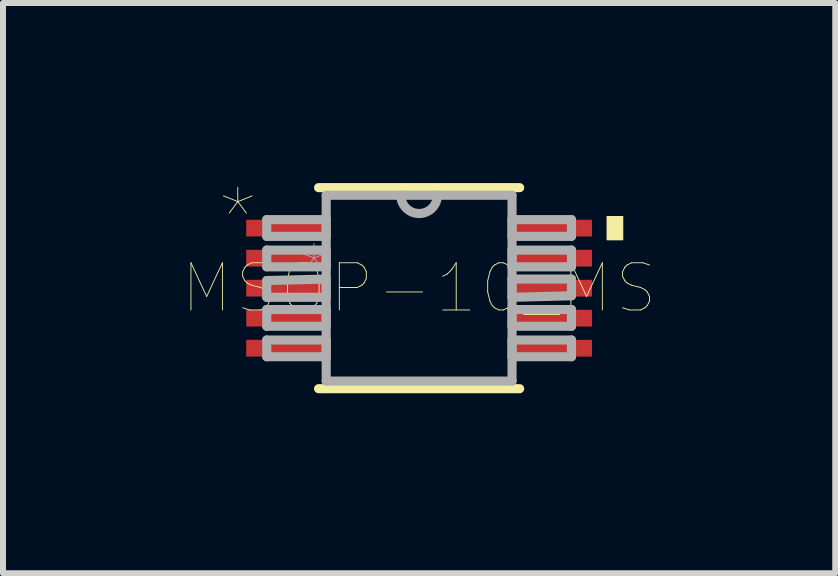
<source format=kicad_pcb>
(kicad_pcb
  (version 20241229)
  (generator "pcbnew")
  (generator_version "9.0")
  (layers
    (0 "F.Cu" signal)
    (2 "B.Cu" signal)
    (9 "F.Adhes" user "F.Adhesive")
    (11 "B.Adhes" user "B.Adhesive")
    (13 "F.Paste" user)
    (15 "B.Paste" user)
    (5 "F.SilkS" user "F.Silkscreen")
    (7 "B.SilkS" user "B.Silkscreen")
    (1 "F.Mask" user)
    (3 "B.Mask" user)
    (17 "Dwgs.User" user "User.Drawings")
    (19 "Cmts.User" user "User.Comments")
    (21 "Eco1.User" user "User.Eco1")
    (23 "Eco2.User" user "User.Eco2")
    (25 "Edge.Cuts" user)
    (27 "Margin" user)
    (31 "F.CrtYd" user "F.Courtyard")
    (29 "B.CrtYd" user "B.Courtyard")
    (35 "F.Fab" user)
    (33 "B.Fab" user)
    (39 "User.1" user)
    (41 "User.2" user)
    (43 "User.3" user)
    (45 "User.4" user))
  (footprint "MSOP-10_MS"
    (layer "F.Cu")
    (at 3.937 1.754)
    (property "Reference" "MSOP-10_MS" (at 0 0 0) (layer "F.SilkS") (effects (font (size 0.787 0.787) (thickness 0.015))))
    (attr through_hole)
    (fp_line (start -1.676 1.676) (end 1.676 1.676) (stroke (width 0.152) (type solid)) (layer "F.SilkS"))
    (fp_line (start 1.676 -1.676) (end -1.676 -1.676) (stroke (width 0.152) (type solid)) (layer "F.SilkS"))
    (fp_poly (pts (xy 3.391 -1.191) (xy 3.391 -0.81) (xy 3.137 -0.81) (xy 3.137 -1.191)) (stroke (width 0.025) (type solid)) (fill yes) (layer "F.SilkS"))
    (fp_line (start -2.54 -1.143) (end -2.54 -0.864) (stroke (width 0.152) (type solid)) (layer "F.Fab"))
    (fp_line (start -2.54 -0.864) (end -1.549 -0.864) (stroke (width 0.152) (type solid)) (layer "F.Fab"))
    (fp_line (start -2.54 -0.635) (end -2.54 -0.356) (stroke (width 0.152) (type solid)) (layer "F.Fab"))
    (fp_line (start -2.54 -0.356) (end -1.549 -0.356) (stroke (width 0.152) (type solid)) (layer "F.Fab"))
    (fp_line (start -2.54 -0.127) (end -2.54 0.152) (stroke (width 0.152) (type solid)) (layer "F.Fab"))
    (fp_line (start -2.54 0.152) (end -1.549 0.152) (stroke (width 0.152) (type solid)) (layer "F.Fab"))
    (fp_line (start -2.54 0.356) (end -2.54 0.635) (stroke (width 0.152) (type solid)) (layer "F.Fab"))
    (fp_line (start -2.54 0.635) (end -1.549 0.635) (stroke (width 0.152) (type solid)) (layer "F.Fab"))
    (fp_line (start -2.54 0.864) (end -2.54 1.143) (stroke (width 0.152) (type solid)) (layer "F.Fab"))
    (fp_line (start -2.54 1.143) (end -1.549 1.143) (stroke (width 0.152) (type solid)) (layer "F.Fab"))
    (fp_line (start -1.549 -1.549) (end -1.549 1.549) (stroke (width 0.152) (type solid)) (layer "F.Fab"))
    (fp_line (start -1.549 -1.143) (end -2.54 -1.143) (stroke (width 0.152) (type solid)) (layer "F.Fab"))
    (fp_line (start -1.549 -0.864) (end -1.549 -1.143) (stroke (width 0.152) (type solid)) (layer "F.Fab"))
    (fp_line (start -1.549 -0.635) (end -2.54 -0.635) (stroke (width 0.152) (type solid)) (layer "F.Fab"))
    (fp_line (start -1.549 -0.356) (end -1.549 -0.635) (stroke (width 0.152) (type solid)) (layer "F.Fab"))
    (fp_line (start -1.549 -0.152) (end -2.54 -0.127) (stroke (width 0.152) (type solid)) (layer "F.Fab"))
    (fp_line (start -1.549 0.152) (end -1.549 -0.152) (stroke (width 0.152) (type solid)) (layer "F.Fab"))
    (fp_line (start -1.549 0.356) (end -2.54 0.356) (stroke (width 0.152) (type solid)) (layer "F.Fab"))
    (fp_line (start -1.549 0.635) (end -1.549 0.356) (stroke (width 0.152) (type solid)) (layer "F.Fab"))
    (fp_line (start -1.549 0.864) (end -2.54 0.864) (stroke (width 0.152) (type solid)) (layer "F.Fab"))
    (fp_line (start -1.549 1.143) (end -1.549 0.864) (stroke (width 0.152) (type solid)) (layer "F.Fab"))
    (fp_line (start -1.549 1.549) (end 1.549 1.549) (stroke (width 0.152) (type solid)) (layer "F.Fab"))
    (fp_line (start -0.305 -1.549) (end -1.549 -1.549) (stroke (width 0.152) (type solid)) (layer "F.Fab"))
    (fp_line (start 0.305 -1.549) (end -0.305 -1.549) (stroke (width 0.152) (type solid)) (layer "F.Fab"))
    (fp_line (start 1.549 -1.549) (end 0.305 -1.549) (stroke (width 0.152) (type solid)) (layer "F.Fab"))
    (fp_line (start 1.549 -1.143) (end 1.549 -0.864) (stroke (width 0.152) (type solid)) (layer "F.Fab"))
    (fp_line (start 1.549 -0.864) (end 2.54 -0.864) (stroke (width 0.152) (type solid)) (layer "F.Fab"))
    (fp_line (start 1.549 -0.635) (end 1.549 -0.356) (stroke (width 0.152) (type solid)) (layer "F.Fab"))
    (fp_line (start 1.549 -0.356) (end 2.54 -0.356) (stroke (width 0.152) (type solid)) (layer "F.Fab"))
    (fp_line (start 1.549 -0.152) (end 1.549 0.152) (stroke (width 0.152) (type solid)) (layer "F.Fab"))
    (fp_line (start 1.549 0.152) (end 2.54 0.127) (stroke (width 0.152) (type solid)) (layer "F.Fab"))
    (fp_line (start 1.549 0.356) (end 1.549 0.635) (stroke (width 0.152) (type solid)) (layer "F.Fab"))
    (fp_line (start 1.549 0.635) (end 2.54 0.635) (stroke (width 0.152) (type solid)) (layer "F.Fab"))
    (fp_line (start 1.549 0.864) (end 1.549 1.143) (stroke (width 0.152) (type solid)) (layer "F.Fab"))
    (fp_line (start 1.549 1.143) (end 2.54 1.143) (stroke (width 0.152) (type solid)) (layer "F.Fab"))
    (fp_line (start 1.549 1.549) (end 1.549 -1.549) (stroke (width 0.152) (type solid)) (layer "F.Fab"))
    (fp_line (start 2.54 -1.143) (end 1.549 -1.143) (stroke (width 0.152) (type solid)) (layer "F.Fab"))
    (fp_line (start 2.54 -0.864) (end 2.54 -1.143) (stroke (width 0.152) (type solid)) (layer "F.Fab"))
    (fp_line (start 2.54 -0.635) (end 1.549 -0.635) (stroke (width 0.152) (type solid)) (layer "F.Fab"))
    (fp_line (start 2.54 -0.356) (end 2.54 -0.635) (stroke (width 0.152) (type solid)) (layer "F.Fab"))
    (fp_line (start 2.54 -0.152) (end 1.549 -0.152) (stroke (width 0.152) (type solid)) (layer "F.Fab"))
    (fp_line (start 2.54 0.127) (end 2.54 -0.152) (stroke (width 0.152) (type solid)) (layer "F.Fab"))
    (fp_line (start 2.54 0.356) (end 1.549 0.356) (stroke (width 0.152) (type solid)) (layer "F.Fab"))
    (fp_line (start 2.54 0.635) (end 2.54 0.356) (stroke (width 0.152) (type solid)) (layer "F.Fab"))
    (fp_line (start 2.54 0.864) (end 1.549 0.864) (stroke (width 0.152) (type solid)) (layer "F.Fab"))
    (fp_line (start 2.54 1.143) (end 2.54 0.864) (stroke (width 0.152) (type solid)) (layer "F.Fab"))
    (fp_arc (start 0.3048 -1.5494) (mid 0 -1.2446) (end -0.3048 -1.5494) (stroke (width 0.1524) (type solid)) (layer "F.Fab"))
    (fp_text user "*" (at -3.023 -1.143 0) (layer "F.SilkS") (effects (font (size 1 1) (thickness 0.015))))
    (fp_text user "*" (at -1.753 -0.203 0) (layer "F.Fab") (effects (font (size 1 1) (thickness 0.015))))
    (pad "1" smd rect (at -2.184 -1.001) (size 1.397 0.279) (layers "F.Cu" "F.Mask" "F.Paste"))
    (pad "2" smd rect (at -2.184 -0.5) (size 1.397 0.279) (layers "F.Cu" "F.Mask" "F.Paste"))
    (pad "3" smd rect (at -2.184 0) (size 1.397 0.279) (layers "F.Cu" "F.Mask" "F.Paste"))
    (pad "4" smd rect (at -2.184 0.5) (size 1.397 0.279) (layers "F.Cu" "F.Mask" "F.Paste"))
    (pad "5" smd rect (at -2.184 1.001) (size 1.397 0.279) (layers "F.Cu" "F.Mask" "F.Paste"))
    (pad "6" smd rect (at 2.184 1.001) (size 1.397 0.279) (layers "F.Cu" "F.Mask" "F.Paste"))
    (pad "7" smd rect (at 2.184 0.5) (size 1.397 0.279) (layers "F.Cu" "F.Mask" "F.Paste"))
    (pad "8" smd rect (at 2.184 0) (size 1.397 0.279) (layers "F.Cu" "F.Mask" "F.Paste"))
    (pad "9" smd rect (at 2.184 -0.5) (size 1.397 0.279) (layers "F.Cu" "F.Mask" "F.Paste"))
    (pad "10" smd rect (at 2.184 -1.001) (size 1.397 0.279) (layers "F.Cu" "F.Mask" "F.Paste")))
  (gr_rect
    (start -3 -3)
    (end 10.874 6.507)
    (stroke (width 0.1) (type default))
    (fill no)
    (layer "Edge.Cuts")))
</source>
